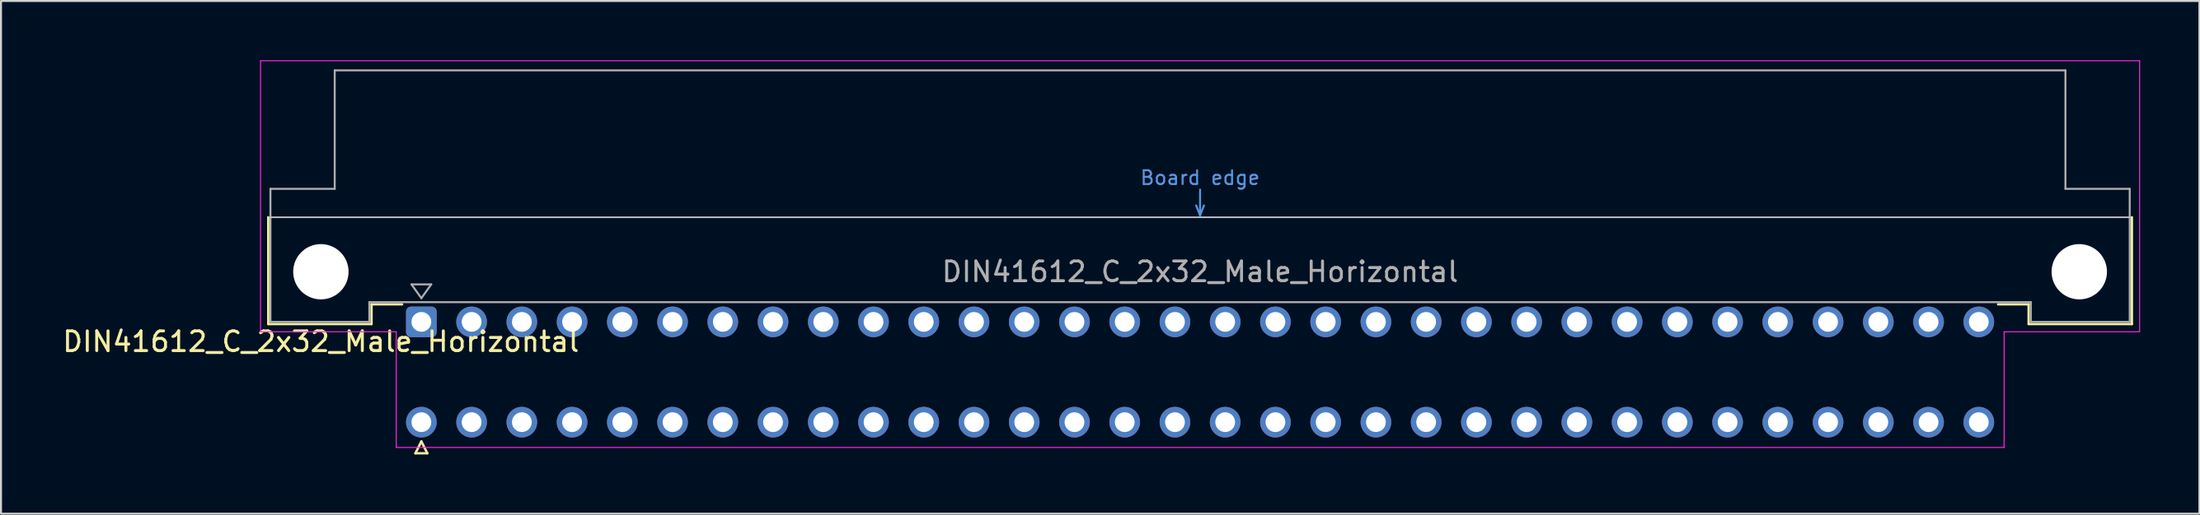
<source format=kicad_pcb>
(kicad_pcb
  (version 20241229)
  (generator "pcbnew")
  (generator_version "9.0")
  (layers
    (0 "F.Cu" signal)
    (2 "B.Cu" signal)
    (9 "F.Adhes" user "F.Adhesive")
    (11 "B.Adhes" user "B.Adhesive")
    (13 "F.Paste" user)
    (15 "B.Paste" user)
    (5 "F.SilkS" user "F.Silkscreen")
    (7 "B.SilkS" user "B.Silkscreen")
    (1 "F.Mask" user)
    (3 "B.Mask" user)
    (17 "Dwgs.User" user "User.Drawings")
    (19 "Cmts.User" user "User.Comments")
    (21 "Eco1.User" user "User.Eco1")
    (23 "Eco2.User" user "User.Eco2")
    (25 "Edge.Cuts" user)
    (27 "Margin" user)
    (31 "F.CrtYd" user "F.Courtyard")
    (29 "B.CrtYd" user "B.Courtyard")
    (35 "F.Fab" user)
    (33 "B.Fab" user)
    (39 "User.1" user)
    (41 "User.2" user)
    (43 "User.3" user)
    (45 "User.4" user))
  (footprint "DIN41612_C_2x32_Male_Horizontal"
    (layer "F.Cu")
    (at 18.253 13.255)
    (property "Reference" "DIN41612_C_2x32_Male_Horizontal" (at -5.08 1 0) (layer "F.SilkS") (effects (font (size 1 1) (thickness 0.15))))
    (attr through_hole)
    (fp_line (start -7.74 -5.3) (end -7.74 0.11) (stroke (width 0.12) (type solid)) (layer "F.SilkS"))
    (fp_line (start -7.74 0.11) (end -2.52 0.11) (stroke (width 0.12) (type solid)) (layer "F.SilkS"))
    (fp_line (start -2.52 -0.89) (end -0.975 -0.89) (stroke (width 0.12) (type solid)) (layer "F.SilkS"))
    (fp_line (start -2.52 0.11) (end -2.52 -0.89) (stroke (width 0.12) (type solid)) (layer "F.SilkS"))
    (fp_line (start -0.3 6.655) (end 0.3 6.655) (stroke (width 0.12) (type solid)) (layer "F.SilkS"))
    (fp_line (start 0 6.055) (end -0.3 6.655) (stroke (width 0.12) (type solid)) (layer "F.SilkS"))
    (fp_line (start 0.3 6.655) (end 0 6.055) (stroke (width 0.12) (type solid)) (layer "F.SilkS"))
    (fp_line (start 81.26 -0.89) (end 79.715 -0.89) (stroke (width 0.12) (type solid)) (layer "F.SilkS"))
    (fp_line (start 81.26 0.11) (end 81.26 -0.89) (stroke (width 0.12) (type solid)) (layer "F.SilkS"))
    (fp_line (start 86.48 -5.3) (end 86.48 0.11) (stroke (width 0.12) (type solid)) (layer "F.SilkS"))
    (fp_line (start 86.48 0.11) (end 81.26 0.11) (stroke (width 0.12) (type solid)) (layer "F.SilkS"))
    (fp_line (start -7.63 -5.3) (end 86.37 -5.3) (stroke (width 0.08) (type solid)) (layer "Dwgs.User"))
    (fp_line (start 39.17 -5.9) (end 39.37 -5.4) (stroke (width 0.1) (type solid)) (layer "Cmts.User"))
    (fp_line (start 39.37 -5.4) (end 39.37 -6.7) (stroke (width 0.1) (type solid)) (layer "Cmts.User"))
    (fp_line (start 39.37 -5.4) (end 39.57 -5.9) (stroke (width 0.1) (type solid)) (layer "Cmts.User"))
    (fp_line (start -8.13 -13.23) (end -8.13 0.5) (stroke (width 0.05) (type solid)) (layer "F.CrtYd"))
    (fp_line (start -8.13 0.5) (end -1.27 0.5) (stroke (width 0.05) (type solid)) (layer "F.CrtYd"))
    (fp_line (start -1.27 0.5) (end -1.27 6.36) (stroke (width 0.05) (type solid)) (layer "F.CrtYd"))
    (fp_line (start -1.27 6.36) (end 80.02 6.36) (stroke (width 0.05) (type solid)) (layer "F.CrtYd"))
    (fp_line (start 80.02 0.5) (end 86.87 0.5) (stroke (width 0.05) (type solid)) (layer "F.CrtYd"))
    (fp_line (start 80.02 6.36) (end 80.02 0.5) (stroke (width 0.05) (type solid)) (layer "F.CrtYd"))
    (fp_line (start 86.87 -13.23) (end -8.13 -13.23) (stroke (width 0.05) (type solid)) (layer "F.CrtYd"))
    (fp_line (start 86.87 0.5) (end 86.87 -13.23) (stroke (width 0.05) (type solid)) (layer "F.CrtYd"))
    (fp_line (start -7.63 -6.74) (end -7.63 0) (stroke (width 0.1) (type solid)) (layer "F.Fab"))
    (fp_line (start -7.63 0) (end -2.63 0) (stroke (width 0.1) (type solid)) (layer "F.Fab"))
    (fp_line (start -4.38 -12.74) (end -4.38 -6.74) (stroke (width 0.1) (type solid)) (layer "F.Fab"))
    (fp_line (start -4.38 -6.74) (end -7.63 -6.74) (stroke (width 0.1) (type solid)) (layer "F.Fab"))
    (fp_line (start -2.63 -1) (end 81.37 -1) (stroke (width 0.1) (type solid)) (layer "F.Fab"))
    (fp_line (start -2.63 0) (end -2.63 -1) (stroke (width 0.1) (type solid)) (layer "F.Fab"))
    (fp_line (start -0.5 -1.9) (end 0.5 -1.9) (stroke (width 0.1) (type solid)) (layer "F.Fab"))
    (fp_line (start 0 -1.2) (end -0.5 -1.9) (stroke (width 0.1) (type solid)) (layer "F.Fab"))
    (fp_line (start 0.5 -1.9) (end 0 -1.2) (stroke (width 0.1) (type solid)) (layer "F.Fab"))
    (fp_line (start 81.37 -1) (end 81.37 0) (stroke (width 0.1) (type solid)) (layer "F.Fab"))
    (fp_line (start 81.37 0) (end 86.37 0) (stroke (width 0.1) (type solid)) (layer "F.Fab"))
    (fp_line (start 83.12 -12.74) (end -4.38 -12.74) (stroke (width 0.1) (type solid)) (layer "F.Fab"))
    (fp_line (start 83.12 -6.74) (end 83.12 -12.74) (stroke (width 0.1) (type solid)) (layer "F.Fab"))
    (fp_line (start 86.37 -6.74) (end 83.12 -6.74) (stroke (width 0.1) (type solid)) (layer "F.Fab"))
    (fp_line (start 86.37 0) (end 86.37 -6.74) (stroke (width 0.1) (type solid)) (layer "F.Fab"))
    (fp_text user "Board edge" (at 39.37 -7.3 0) (layer "Cmts.User") (effects (font (size 0.7 0.7) (thickness 0.1))))
    (fp_text user "${REFERENCE}" (at 39.37 -2.54 0) (layer "F.Fab") (effects (font (size 1 1) (thickness 0.15))))
    (pad "" np_thru_hole circle (at -5.08 -2.54) (size 2.8 2.8) (drill 2.8) (layers "*.Cu" "*.Mask"))
    (pad "" np_thru_hole circle (at 83.82 -2.54) (size 2.8 2.8) (drill 2.8) (layers "*.Cu" "*.Mask"))
    (pad "a1" thru_hole roundrect (at 0 0) (size 1.55 1.55) (drill 1) (layers "*.Cu" "*.Mask") (roundrect_rratio 0.161))
    (pad "a2" thru_hole circle (at 2.54 0) (size 1.55 1.55) (drill 1) (layers "*.Cu" "*.Mask"))
    (pad "a3" thru_hole circle (at 5.08 0) (size 1.55 1.55) (drill 1) (layers "*.Cu" "*.Mask"))
    (pad "a4" thru_hole circle (at 7.62 0) (size 1.55 1.55) (drill 1) (layers "*.Cu" "*.Mask"))
    (pad "a5" thru_hole circle (at 10.16 0) (size 1.55 1.55) (drill 1) (layers "*.Cu" "*.Mask"))
    (pad "a6" thru_hole circle (at 12.7 0) (size 1.55 1.55) (drill 1) (layers "*.Cu" "*.Mask"))
    (pad "a7" thru_hole circle (at 15.24 0) (size 1.55 1.55) (drill 1) (layers "*.Cu" "*.Mask"))
    (pad "a8" thru_hole circle (at 17.78 0) (size 1.55 1.55) (drill 1) (layers "*.Cu" "*.Mask"))
    (pad "a9" thru_hole circle (at 20.32 0) (size 1.55 1.55) (drill 1) (layers "*.Cu" "*.Mask"))
    (pad "a10" thru_hole circle (at 22.86 0) (size 1.55 1.55) (drill 1) (layers "*.Cu" "*.Mask"))
    (pad "a11" thru_hole circle (at 25.4 0) (size 1.55 1.55) (drill 1) (layers "*.Cu" "*.Mask"))
    (pad "a12" thru_hole circle (at 27.94 0) (size 1.55 1.55) (drill 1) (layers "*.Cu" "*.Mask"))
    (pad "a13" thru_hole circle (at 30.48 0) (size 1.55 1.55) (drill 1) (layers "*.Cu" "*.Mask"))
    (pad "a14" thru_hole circle (at 33.02 0) (size 1.55 1.55) (drill 1) (layers "*.Cu" "*.Mask"))
    (pad "a15" thru_hole circle (at 35.56 0) (size 1.55 1.55) (drill 1) (layers "*.Cu" "*.Mask"))
    (pad "a16" thru_hole circle (at 38.1 0) (size 1.55 1.55) (drill 1) (layers "*.Cu" "*.Mask"))
    (pad "a17" thru_hole circle (at 40.64 0) (size 1.55 1.55) (drill 1) (layers "*.Cu" "*.Mask"))
    (pad "a18" thru_hole circle (at 43.18 0) (size 1.55 1.55) (drill 1) (layers "*.Cu" "*.Mask"))
    (pad "a19" thru_hole circle (at 45.72 0) (size 1.55 1.55) (drill 1) (layers "*.Cu" "*.Mask"))
    (pad "a20" thru_hole circle (at 48.26 0) (size 1.55 1.55) (drill 1) (layers "*.Cu" "*.Mask"))
    (pad "a21" thru_hole circle (at 50.8 0) (size 1.55 1.55) (drill 1) (layers "*.Cu" "*.Mask"))
    (pad "a22" thru_hole circle (at 53.34 0) (size 1.55 1.55) (drill 1) (layers "*.Cu" "*.Mask"))
    (pad "a23" thru_hole circle (at 55.88 0) (size 1.55 1.55) (drill 1) (layers "*.Cu" "*.Mask"))
    (pad "a24" thru_hole circle (at 58.42 0) (size 1.55 1.55) (drill 1) (layers "*.Cu" "*.Mask"))
    (pad "a25" thru_hole circle (at 60.96 0) (size 1.55 1.55) (drill 1) (layers "*.Cu" "*.Mask"))
    (pad "a26" thru_hole circle (at 63.5 0) (size 1.55 1.55) (drill 1) (layers "*.Cu" "*.Mask"))
    (pad "a27" thru_hole circle (at 66.04 0) (size 1.55 1.55) (drill 1) (layers "*.Cu" "*.Mask"))
    (pad "a28" thru_hole circle (at 68.58 0) (size 1.55 1.55) (drill 1) (layers "*.Cu" "*.Mask"))
    (pad "a29" thru_hole circle (at 71.12 0) (size 1.55 1.55) (drill 1) (layers "*.Cu" "*.Mask"))
    (pad "a30" thru_hole circle (at 73.66 0) (size 1.55 1.55) (drill 1) (layers "*.Cu" "*.Mask"))
    (pad "a31" thru_hole circle (at 76.2 0) (size 1.55 1.55) (drill 1) (layers "*.Cu" "*.Mask"))
    (pad "a32" thru_hole circle (at 78.74 0) (size 1.55 1.55) (drill 1) (layers "*.Cu" "*.Mask"))
    (pad "c1" thru_hole circle (at 0 5.08) (size 1.55 1.55) (drill 1) (layers "*.Cu" "*.Mask"))
    (pad "c2" thru_hole circle (at 2.54 5.08) (size 1.55 1.55) (drill 1) (layers "*.Cu" "*.Mask"))
    (pad "c3" thru_hole circle (at 5.08 5.08) (size 1.55 1.55) (drill 1) (layers "*.Cu" "*.Mask"))
    (pad "c4" thru_hole circle (at 7.62 5.08) (size 1.55 1.55) (drill 1) (layers "*.Cu" "*.Mask"))
    (pad "c5" thru_hole circle (at 10.16 5.08) (size 1.55 1.55) (drill 1) (layers "*.Cu" "*.Mask"))
    (pad "c6" thru_hole circle (at 12.7 5.08) (size 1.55 1.55) (drill 1) (layers "*.Cu" "*.Mask"))
    (pad "c7" thru_hole circle (at 15.24 5.08) (size 1.55 1.55) (drill 1) (layers "*.Cu" "*.Mask"))
    (pad "c8" thru_hole circle (at 17.78 5.08) (size 1.55 1.55) (drill 1) (layers "*.Cu" "*.Mask"))
    (pad "c9" thru_hole circle (at 20.32 5.08) (size 1.55 1.55) (drill 1) (layers "*.Cu" "*.Mask"))
    (pad "c10" thru_hole circle (at 22.86 5.08) (size 1.55 1.55) (drill 1) (layers "*.Cu" "*.Mask"))
    (pad "c11" thru_hole circle (at 25.4 5.08) (size 1.55 1.55) (drill 1) (layers "*.Cu" "*.Mask"))
    (pad "c12" thru_hole circle (at 27.94 5.08) (size 1.55 1.55) (drill 1) (layers "*.Cu" "*.Mask"))
    (pad "c13" thru_hole circle (at 30.48 5.08) (size 1.55 1.55) (drill 1) (layers "*.Cu" "*.Mask"))
    (pad "c14" thru_hole circle (at 33.02 5.08) (size 1.55 1.55) (drill 1) (layers "*.Cu" "*.Mask"))
    (pad "c15" thru_hole circle (at 35.56 5.08) (size 1.55 1.55) (drill 1) (layers "*.Cu" "*.Mask"))
    (pad "c16" thru_hole circle (at 38.1 5.08) (size 1.55 1.55) (drill 1) (layers "*.Cu" "*.Mask"))
    (pad "c17" thru_hole circle (at 40.64 5.08) (size 1.55 1.55) (drill 1) (layers "*.Cu" "*.Mask"))
    (pad "c18" thru_hole circle (at 43.18 5.08) (size 1.55 1.55) (drill 1) (layers "*.Cu" "*.Mask"))
    (pad "c19" thru_hole circle (at 45.72 5.08) (size 1.55 1.55) (drill 1) (layers "*.Cu" "*.Mask"))
    (pad "c20" thru_hole circle (at 48.26 5.08) (size 1.55 1.55) (drill 1) (layers "*.Cu" "*.Mask"))
    (pad "c21" thru_hole circle (at 50.8 5.08) (size 1.55 1.55) (drill 1) (layers "*.Cu" "*.Mask"))
    (pad "c22" thru_hole circle (at 53.34 5.08) (size 1.55 1.55) (drill 1) (layers "*.Cu" "*.Mask"))
    (pad "c23" thru_hole circle (at 55.88 5.08) (size 1.55 1.55) (drill 1) (layers "*.Cu" "*.Mask"))
    (pad "c24" thru_hole circle (at 58.42 5.08) (size 1.55 1.55) (drill 1) (layers "*.Cu" "*.Mask"))
    (pad "c25" thru_hole circle (at 60.96 5.08) (size 1.55 1.55) (drill 1) (layers "*.Cu" "*.Mask"))
    (pad "c26" thru_hole circle (at 63.5 5.08) (size 1.55 1.55) (drill 1) (layers "*.Cu" "*.Mask"))
    (pad "c27" thru_hole circle (at 66.04 5.08) (size 1.55 1.55) (drill 1) (layers "*.Cu" "*.Mask"))
    (pad "c28" thru_hole circle (at 68.58 5.08) (size 1.55 1.55) (drill 1) (layers "*.Cu" "*.Mask"))
    (pad "c29" thru_hole circle (at 71.12 5.08) (size 1.55 1.55) (drill 1) (layers "*.Cu" "*.Mask"))
    (pad "c30" thru_hole circle (at 73.66 5.08) (size 1.55 1.55) (drill 1) (layers "*.Cu" "*.Mask"))
    (pad "c31" thru_hole circle (at 76.2 5.08) (size 1.55 1.55) (drill 1) (layers "*.Cu" "*.Mask"))
    (pad "c32" thru_hole circle (at 78.74 5.08) (size 1.55 1.55) (drill 1) (layers "*.Cu" "*.Mask")))
  (gr_rect
    (start -3 -3)
    (end 108.148 22.97)
    (stroke (width 0.1) (type default))
    (fill no)
    (layer "Edge.Cuts")))
</source>
